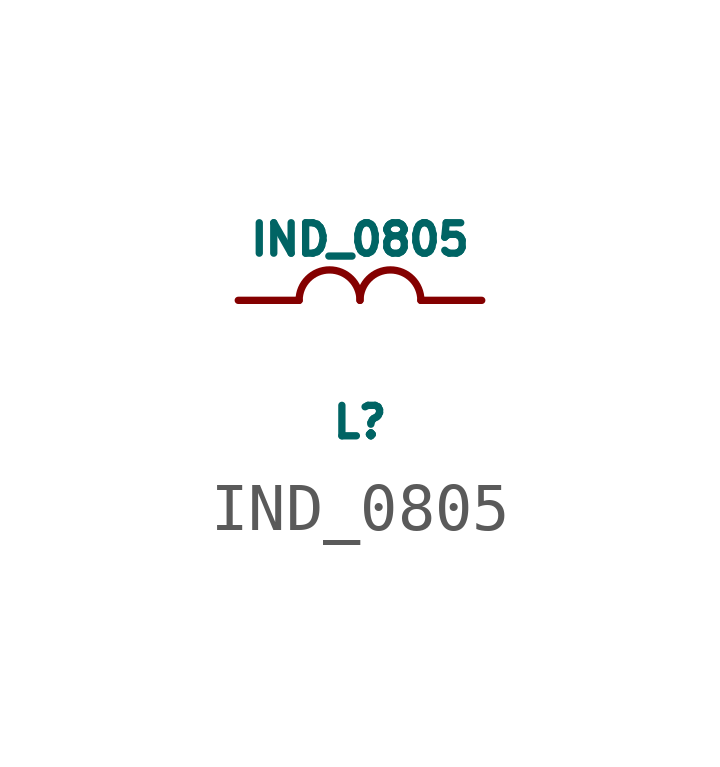
<source format=kicad_sym>
(kicad_symbol_lib
  (version 20241209)
  (generator "kicad_symbol_editor")
  (generator_version "9.0")
  (symbol "IND_0805"
    (pin_numbers
      (hide yes))
    (pin_names
      (offset 0)
      (hide yes))
    (property "Reference" "L"
      (at 0 -2.54 0)
      (effects (font (size 0.635 0.635))))
    (property "Value" "IND_0805"
      (at 0 1.27 0)
      (effects (font (size 0.635 0.635))))
    (property "Datasheet" ""
      (at 0 0 0)
      (effects (font (size 1.524 1.524))))
    (symbol "IND_0805_0_1"
      (arc (start -1.27 0) (mid -0.635 0.6323) (end 0 0) (stroke (width 0) (type default)) (fill (type none)))
      (arc (start 0 0) (mid 0.635 0.6323) (end 1.27 0) (stroke (width 0) (type default)) (fill (type none))))
    (symbol "IND_0805_1_1"
      (pin passive line (at -2.54 0 0) (length 1.27) (name "~" (effects (font (size 0.635 0.635)))) (number "1" (effects (font (size 0.635 0.635)))))
      (pin passive line (at 2.54 0 180) (length 1.27) (name "~" (effects (font (size 0.635 0.635)))) (number "2" (effects (font (size 0.635 0.635))))))))
</source>
